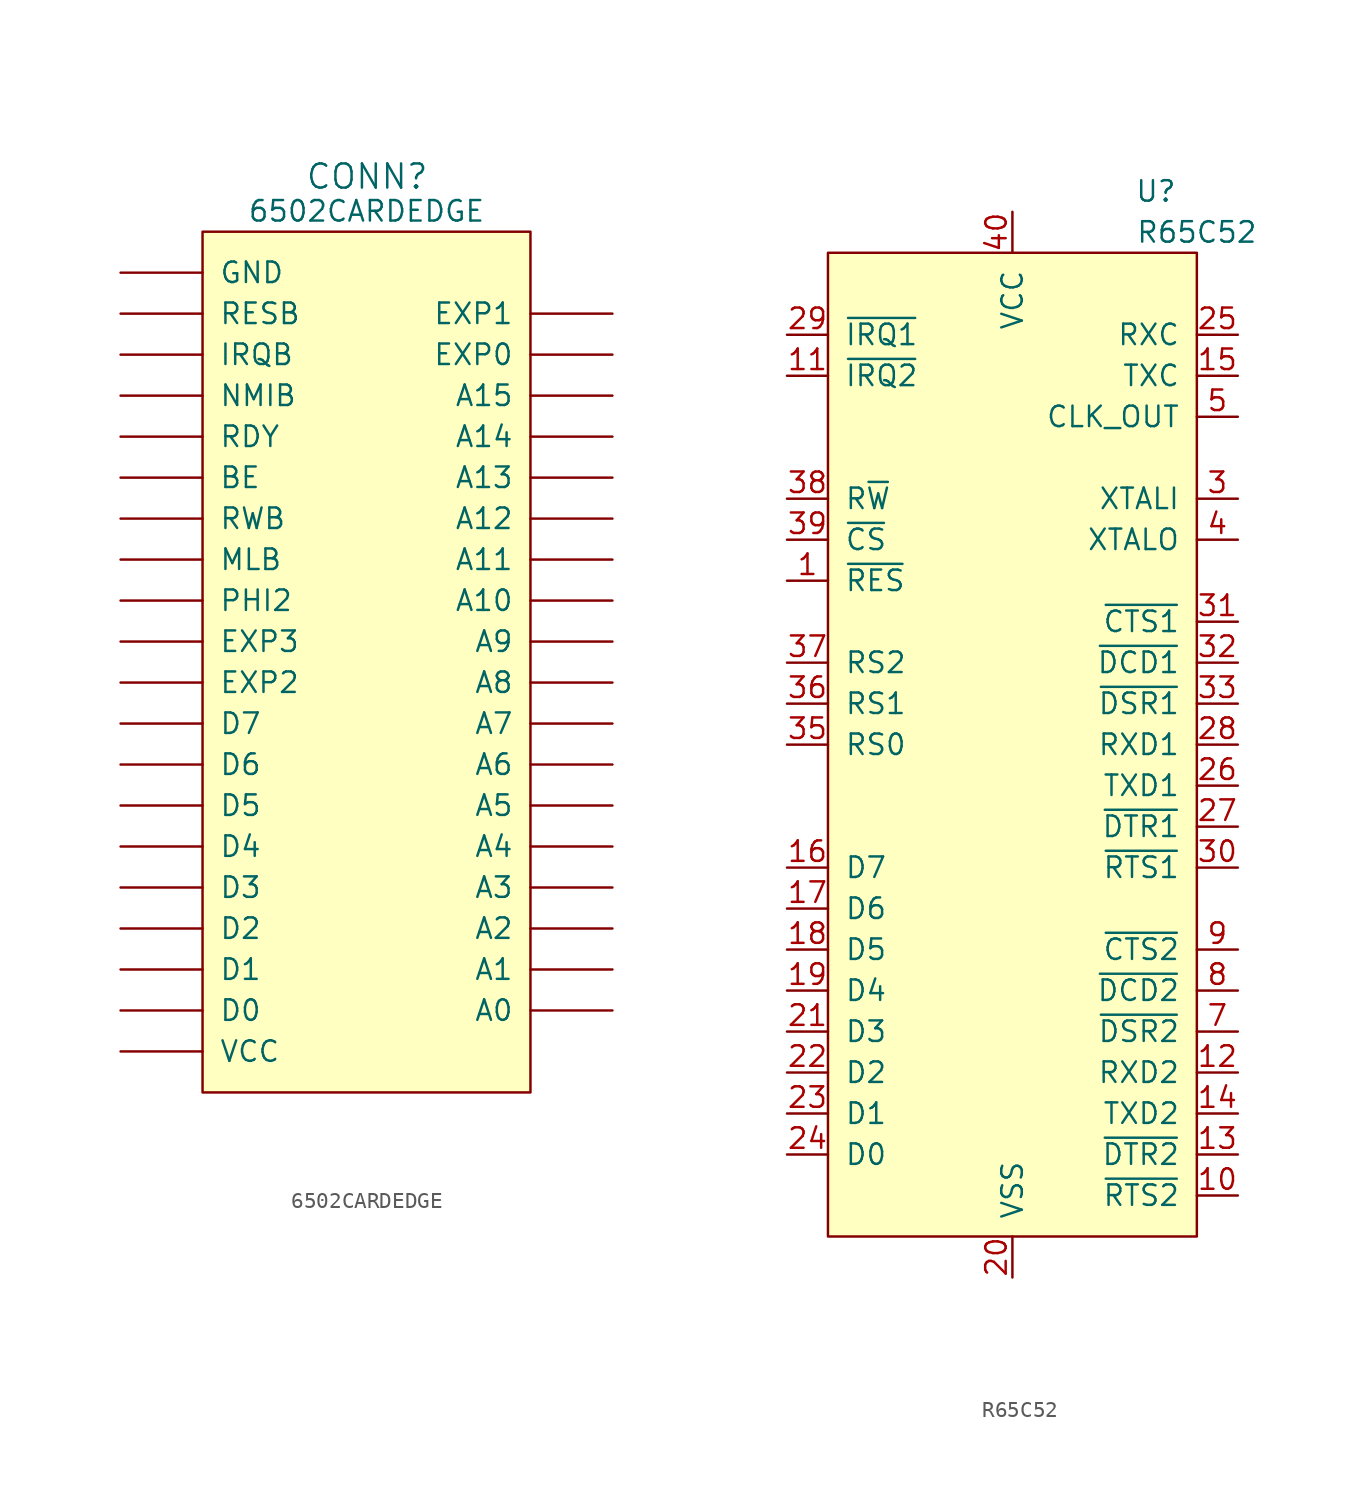
<source format=kicad_sym>
(kicad_symbol_lib
  (version 20231120)
  (generator "kicad_symbol_editor")
  (generator_version "8.0")
  (symbol "6502CARDEDGE"
    (pin_names
      (offset 1.016))
    (property "Reference" "CONN"
      (at -3.81 27.94 0)
      (effects (font (size 1.499 1.499)) (justify left bottom)))
    (property "Value" "6502CARDEDGE"
      (at 0 26.67 0)
      (effects (font (size 1.27 1.27))))
    (property "ki_locked" ""
      (at 0 0 0)
      (effects (font (size 1.27 1.27))))
    (symbol "6502CARDEDGE_1_0"
      (pin bidirectional line (at 15.24 -22.86 180) (length 5.08) (name "A0" (effects (font (size 1.27 1.27)))) (number "A0" (effects (font (size 0 0)))))
      (pin bidirectional line (at 15.24 -20.32 180) (length 5.08) (name "A1" (effects (font (size 1.27 1.27)))) (number "A1" (effects (font (size 0 0)))))
      (pin bidirectional line (at 15.24 2.54 180) (length 5.08) (name "A10" (effects (font (size 1.27 1.27)))) (number "A10" (effects (font (size 0 0)))))
      (pin bidirectional line (at 15.24 5.08 180) (length 5.08) (name "A11" (effects (font (size 1.27 1.27)))) (number "A11" (effects (font (size 0 0)))))
      (pin bidirectional line (at 15.24 7.62 180) (length 5.08) (name "A12" (effects (font (size 1.27 1.27)))) (number "A12" (effects (font (size 0 0)))))
      (pin bidirectional line (at 15.24 10.16 180) (length 5.08) (name "A13" (effects (font (size 1.27 1.27)))) (number "A13" (effects (font (size 0 0)))))
      (pin bidirectional line (at 15.24 12.7 180) (length 5.08) (name "A14" (effects (font (size 1.27 1.27)))) (number "A14" (effects (font (size 0 0)))))
      (pin bidirectional line (at 15.24 15.24 180) (length 5.08) (name "A15" (effects (font (size 1.27 1.27)))) (number "A15" (effects (font (size 0 0)))))
      (pin bidirectional line (at 15.24 -17.78 180) (length 5.08) (name "A2" (effects (font (size 1.27 1.27)))) (number "A2" (effects (font (size 0 0)))))
      (pin bidirectional line (at 15.24 -15.24 180) (length 5.08) (name "A3" (effects (font (size 1.27 1.27)))) (number "A3" (effects (font (size 0 0)))))
      (pin bidirectional line (at 15.24 -12.7 180) (length 5.08) (name "A4" (effects (font (size 1.27 1.27)))) (number "A4" (effects (font (size 0 0)))))
      (pin bidirectional line (at 15.24 -10.16 180) (length 5.08) (name "A5" (effects (font (size 1.27 1.27)))) (number "A5" (effects (font (size 0 0)))))
      (pin bidirectional line (at 15.24 -7.62 180) (length 5.08) (name "A6" (effects (font (size 1.27 1.27)))) (number "A6" (effects (font (size 0 0)))))
      (pin bidirectional line (at 15.24 -5.08 180) (length 5.08) (name "A7" (effects (font (size 1.27 1.27)))) (number "A7" (effects (font (size 0 0)))))
      (pin bidirectional line (at 15.24 -2.54 180) (length 5.08) (name "A8" (effects (font (size 1.27 1.27)))) (number "A8" (effects (font (size 0 0)))))
      (pin bidirectional line (at 15.24 0 180) (length 5.08) (name "A9" (effects (font (size 1.27 1.27)))) (number "A9" (effects (font (size 0 0)))))
      (pin bidirectional line (at -15.24 10.16 0) (length 5.08) (name "BE" (effects (font (size 1.27 1.27)))) (number "BE" (effects (font (size 0 0)))))
      (pin bidirectional line (at -15.24 -22.86 0) (length 5.08) (name "D0" (effects (font (size 1.27 1.27)))) (number "D0" (effects (font (size 0 0)))))
      (pin bidirectional line (at -15.24 -20.32 0) (length 5.08) (name "D1" (effects (font (size 1.27 1.27)))) (number "D1" (effects (font (size 0 0)))))
      (pin bidirectional line (at -15.24 -17.78 0) (length 5.08) (name "D2" (effects (font (size 1.27 1.27)))) (number "D2" (effects (font (size 0 0)))))
      (pin bidirectional line (at -15.24 -15.24 0) (length 5.08) (name "D3" (effects (font (size 1.27 1.27)))) (number "D3" (effects (font (size 0 0)))))
      (pin bidirectional line (at -15.24 -12.7 0) (length 5.08) (name "D4" (effects (font (size 1.27 1.27)))) (number "D4" (effects (font (size 0 0)))))
      (pin bidirectional line (at -15.24 -10.16 0) (length 5.08) (name "D5" (effects (font (size 1.27 1.27)))) (number "D5" (effects (font (size 0 0)))))
      (pin bidirectional line (at -15.24 -7.62 0) (length 5.08) (name "D6" (effects (font (size 1.27 1.27)))) (number "D6" (effects (font (size 0 0)))))
      (pin bidirectional line (at -15.24 -5.08 0) (length 5.08) (name "D7" (effects (font (size 1.27 1.27)))) (number "D7" (effects (font (size 0 0)))))
      (pin bidirectional line (at 15.24 17.78 180) (length 5.08) (name "EXP0" (effects (font (size 1.27 1.27)))) (number "EXP0" (effects (font (size 0 0)))))
      (pin bidirectional line (at 15.24 20.32 180) (length 5.08) (name "EXP1" (effects (font (size 1.27 1.27)))) (number "EXP1" (effects (font (size 0 0)))))
      (pin bidirectional line (at -15.24 -2.54 0) (length 5.08) (name "EXP2" (effects (font (size 1.27 1.27)))) (number "EXP2" (effects (font (size 0 0)))))
      (pin bidirectional line (at -15.24 0 0) (length 5.08) (name "EXP3" (effects (font (size 1.27 1.27)))) (number "EXP3" (effects (font (size 0 0)))))
      (pin power_in line (at -15.24 22.86 0) (length 5.08) (name "GND" (effects (font (size 1.27 1.27)))) (number "GND" (effects (font (size 0 0)))))
      (pin power_in line (at -15.24 22.86 0) (length 5.08) hide (name "GND" (effects (font (size 1.27 1.27)))) (number "GND" (effects (font (size 0 0)))))
      (pin bidirectional line (at -15.24 17.78 0) (length 5.08) (name "IRQB" (effects (font (size 1.27 1.27)))) (number "IRQB" (effects (font (size 0 0)))))
      (pin bidirectional line (at -15.24 5.08 0) (length 5.08) (name "MLB" (effects (font (size 1.27 1.27)))) (number "MLB" (effects (font (size 0 0)))))
      (pin bidirectional line (at -15.24 15.24 0) (length 5.08) (name "NMIB" (effects (font (size 1.27 1.27)))) (number "NMIB" (effects (font (size 0 0)))))
      (pin bidirectional line (at -15.24 2.54 0) (length 5.08) (name "PHI2" (effects (font (size 1.27 1.27)))) (number "PHI2" (effects (font (size 0 0)))))
      (pin bidirectional line (at -15.24 12.7 0) (length 5.08) (name "RDY" (effects (font (size 1.27 1.27)))) (number "RDY" (effects (font (size 0 0)))))
      (pin bidirectional line (at -15.24 20.32 0) (length 5.08) (name "RESB" (effects (font (size 1.27 1.27)))) (number "RESB" (effects (font (size 0 0)))))
      (pin bidirectional line (at -15.24 7.62 0) (length 5.08) (name "RWB" (effects (font (size 1.27 1.27)))) (number "RWB" (effects (font (size 0 0)))))
      (pin power_in line (at -15.24 -25.4 0) (length 5.08) (name "VCC" (effects (font (size 1.27 1.27)))) (number "VCC" (effects (font (size 0 0)))))
      (pin power_in line (at -15.24 -25.4 0) (length 5.08) hide (name "VCC" (effects (font (size 1.27 1.27)))) (number "VCC" (effects (font (size 0 0))))))
    (symbol "6502CARDEDGE_1_1"
      (rectangle (start -10.16 25.4) (end 10.16 -27.94) (stroke (width 0) (type solid)) (fill (type background)))))
  (symbol "R65C52"
    (pin_names
      (offset 1.016))
    (property "Reference" "U"
      (at 8.89 34.29 0)
      (effects (font (size 1.27 1.27))))
    (property "Value" "R65C52"
      (at 11.43 31.75 0)
      (effects (font (size 1.27 1.27))))
    (symbol "R65C52_0_1"
      (rectangle (start -11.43 30.48) (end 11.43 -30.48) (stroke (width 0) (type solid)) (fill (type background))))
    (symbol "R65C52_1_1"
      (pin input line (at -13.97 10.16 0) (length 2.54) (name "~{RES}" (effects (font (size 1.27 1.27)))) (number "1" (effects (font (size 1.27 1.27)))))
      (pin output line (at 13.97 -27.94 180) (length 2.54) (name "~{RTS2}" (effects (font (size 1.27 1.27)))) (number "10" (effects (font (size 1.27 1.27)))))
      (pin output line (at -13.97 22.86 0) (length 2.54) (name "~{IRQ2}" (effects (font (size 1.27 1.27)))) (number "11" (effects (font (size 1.27 1.27)))))
      (pin input line (at 13.97 -20.32 180) (length 2.54) (name "RXD2" (effects (font (size 1.27 1.27)))) (number "12" (effects (font (size 1.27 1.27)))))
      (pin output line (at 13.97 -25.4 180) (length 2.54) (name "~{DTR2}" (effects (font (size 1.27 1.27)))) (number "13" (effects (font (size 1.27 1.27)))))
      (pin output line (at 13.97 -22.86 180) (length 2.54) (name "TXD2" (effects (font (size 1.27 1.27)))) (number "14" (effects (font (size 1.27 1.27)))))
      (pin input line (at 13.97 22.86 180) (length 2.54) (name "TXC" (effects (font (size 1.27 1.27)))) (number "15" (effects (font (size 1.27 1.27)))))
      (pin bidirectional line (at -13.97 -7.62 0) (length 2.54) (name "D7" (effects (font (size 1.27 1.27)))) (number "16" (effects (font (size 1.27 1.27)))))
      (pin bidirectional line (at -13.97 -10.16 0) (length 2.54) (name "D6" (effects (font (size 1.27 1.27)))) (number "17" (effects (font (size 1.27 1.27)))))
      (pin bidirectional line (at -13.97 -12.7 0) (length 2.54) (name "D5" (effects (font (size 1.27 1.27)))) (number "18" (effects (font (size 1.27 1.27)))))
      (pin bidirectional line (at -13.97 -15.24 0) (length 2.54) (name "D4" (effects (font (size 1.27 1.27)))) (number "19" (effects (font (size 1.27 1.27)))))
      (pin no_connect line (at -11.43 27.94 0) (length 2.54) hide (name "NC" (effects (font (size 1.27 1.27)))) (number "2" (effects (font (size 1.27 1.27)))))
      (pin power_in line (at 0 -33.02 90) (length 2.54) (name "VSS" (effects (font (size 1.27 1.27)))) (number "20" (effects (font (size 1.27 1.27)))))
      (pin bidirectional line (at -13.97 -17.78 0) (length 2.54) (name "D3" (effects (font (size 1.27 1.27)))) (number "21" (effects (font (size 1.27 1.27)))))
      (pin bidirectional line (at -13.97 -20.32 0) (length 2.54) (name "D2" (effects (font (size 1.27 1.27)))) (number "22" (effects (font (size 1.27 1.27)))))
      (pin bidirectional line (at -13.97 -22.86 0) (length 2.54) (name "D1" (effects (font (size 1.27 1.27)))) (number "23" (effects (font (size 1.27 1.27)))))
      (pin bidirectional line (at -13.97 -25.4 0) (length 2.54) (name "D0" (effects (font (size 1.27 1.27)))) (number "24" (effects (font (size 1.27 1.27)))))
      (pin input line (at 13.97 25.4 180) (length 2.54) (name "RXC" (effects (font (size 1.27 1.27)))) (number "25" (effects (font (size 1.27 1.27)))))
      (pin output line (at 13.97 -2.54 180) (length 2.54) (name "TXD1" (effects (font (size 1.27 1.27)))) (number "26" (effects (font (size 1.27 1.27)))))
      (pin output line (at 13.97 -5.08 180) (length 2.54) (name "~{DTR1}" (effects (font (size 1.27 1.27)))) (number "27" (effects (font (size 1.27 1.27)))))
      (pin input line (at 13.97 0 180) (length 2.54) (name "RXD1" (effects (font (size 1.27 1.27)))) (number "28" (effects (font (size 1.27 1.27)))))
      (pin output line (at -13.97 25.4 0) (length 2.54) (name "~{IRQ1}" (effects (font (size 1.27 1.27)))) (number "29" (effects (font (size 1.27 1.27)))))
      (pin input line (at 13.97 15.24 180) (length 2.54) (name "XTALI" (effects (font (size 1.27 1.27)))) (number "3" (effects (font (size 1.27 1.27)))))
      (pin output line (at 13.97 -7.62 180) (length 2.54) (name "~{RTS1}" (effects (font (size 1.27 1.27)))) (number "30" (effects (font (size 1.27 1.27)))))
      (pin input line (at 13.97 7.62 180) (length 2.54) (name "~{CTS1}" (effects (font (size 1.27 1.27)))) (number "31" (effects (font (size 1.27 1.27)))))
      (pin input line (at 13.97 5.08 180) (length 2.54) (name "~{DCD1}" (effects (font (size 1.27 1.27)))) (number "32" (effects (font (size 1.27 1.27)))))
      (pin input line (at 13.97 2.54 180) (length 2.54) (name "~{DSR1}" (effects (font (size 1.27 1.27)))) (number "33" (effects (font (size 1.27 1.27)))))
      (pin no_connect line (at -13.97 -27.94 0) (length 2.54) hide (name "NC" (effects (font (size 1.27 1.27)))) (number "34" (effects (font (size 1.27 1.27)))))
      (pin input line (at -13.97 0 0) (length 2.54) (name "RS0" (effects (font (size 1.27 1.27)))) (number "35" (effects (font (size 1.27 1.27)))))
      (pin input line (at -13.97 2.54 0) (length 2.54) (name "RS1" (effects (font (size 1.27 1.27)))) (number "36" (effects (font (size 1.27 1.27)))))
      (pin input line (at -13.97 5.08 0) (length 2.54) (name "RS2" (effects (font (size 1.27 1.27)))) (number "37" (effects (font (size 1.27 1.27)))))
      (pin input line (at -13.97 15.24 0) (length 2.54) (name "R~{W}" (effects (font (size 1.27 1.27)))) (number "38" (effects (font (size 1.27 1.27)))))
      (pin input line (at -13.97 12.7 0) (length 2.54) (name "~{CS}" (effects (font (size 1.27 1.27)))) (number "39" (effects (font (size 1.27 1.27)))))
      (pin output line (at 13.97 12.7 180) (length 2.54) (name "XTALO" (effects (font (size 1.27 1.27)))) (number "4" (effects (font (size 1.27 1.27)))))
      (pin power_in line (at 0 33.02 270) (length 2.54) (name "VCC" (effects (font (size 1.27 1.27)))) (number "40" (effects (font (size 1.27 1.27)))))
      (pin output line (at 13.97 20.32 180) (length 2.54) (name "CLK_OUT" (effects (font (size 1.27 1.27)))) (number "5" (effects (font (size 1.27 1.27)))))
      (pin no_connect line (at -11.43 19.05 0) (length 2.54) hide (name "NC" (effects (font (size 1.27 1.27)))) (number "6" (effects (font (size 1.27 1.27)))))
      (pin input line (at 13.97 -17.78 180) (length 2.54) (name "~{DSR2}" (effects (font (size 1.27 1.27)))) (number "7" (effects (font (size 1.27 1.27)))))
      (pin input line (at 13.97 -15.24 180) (length 2.54) (name "~{DCD2}" (effects (font (size 1.27 1.27)))) (number "8" (effects (font (size 1.27 1.27)))))
      (pin input line (at 13.97 -12.7 180) (length 2.54) (name "~{CTS2}" (effects (font (size 1.27 1.27)))) (number "9" (effects (font (size 1.27 1.27))))))))
</source>
